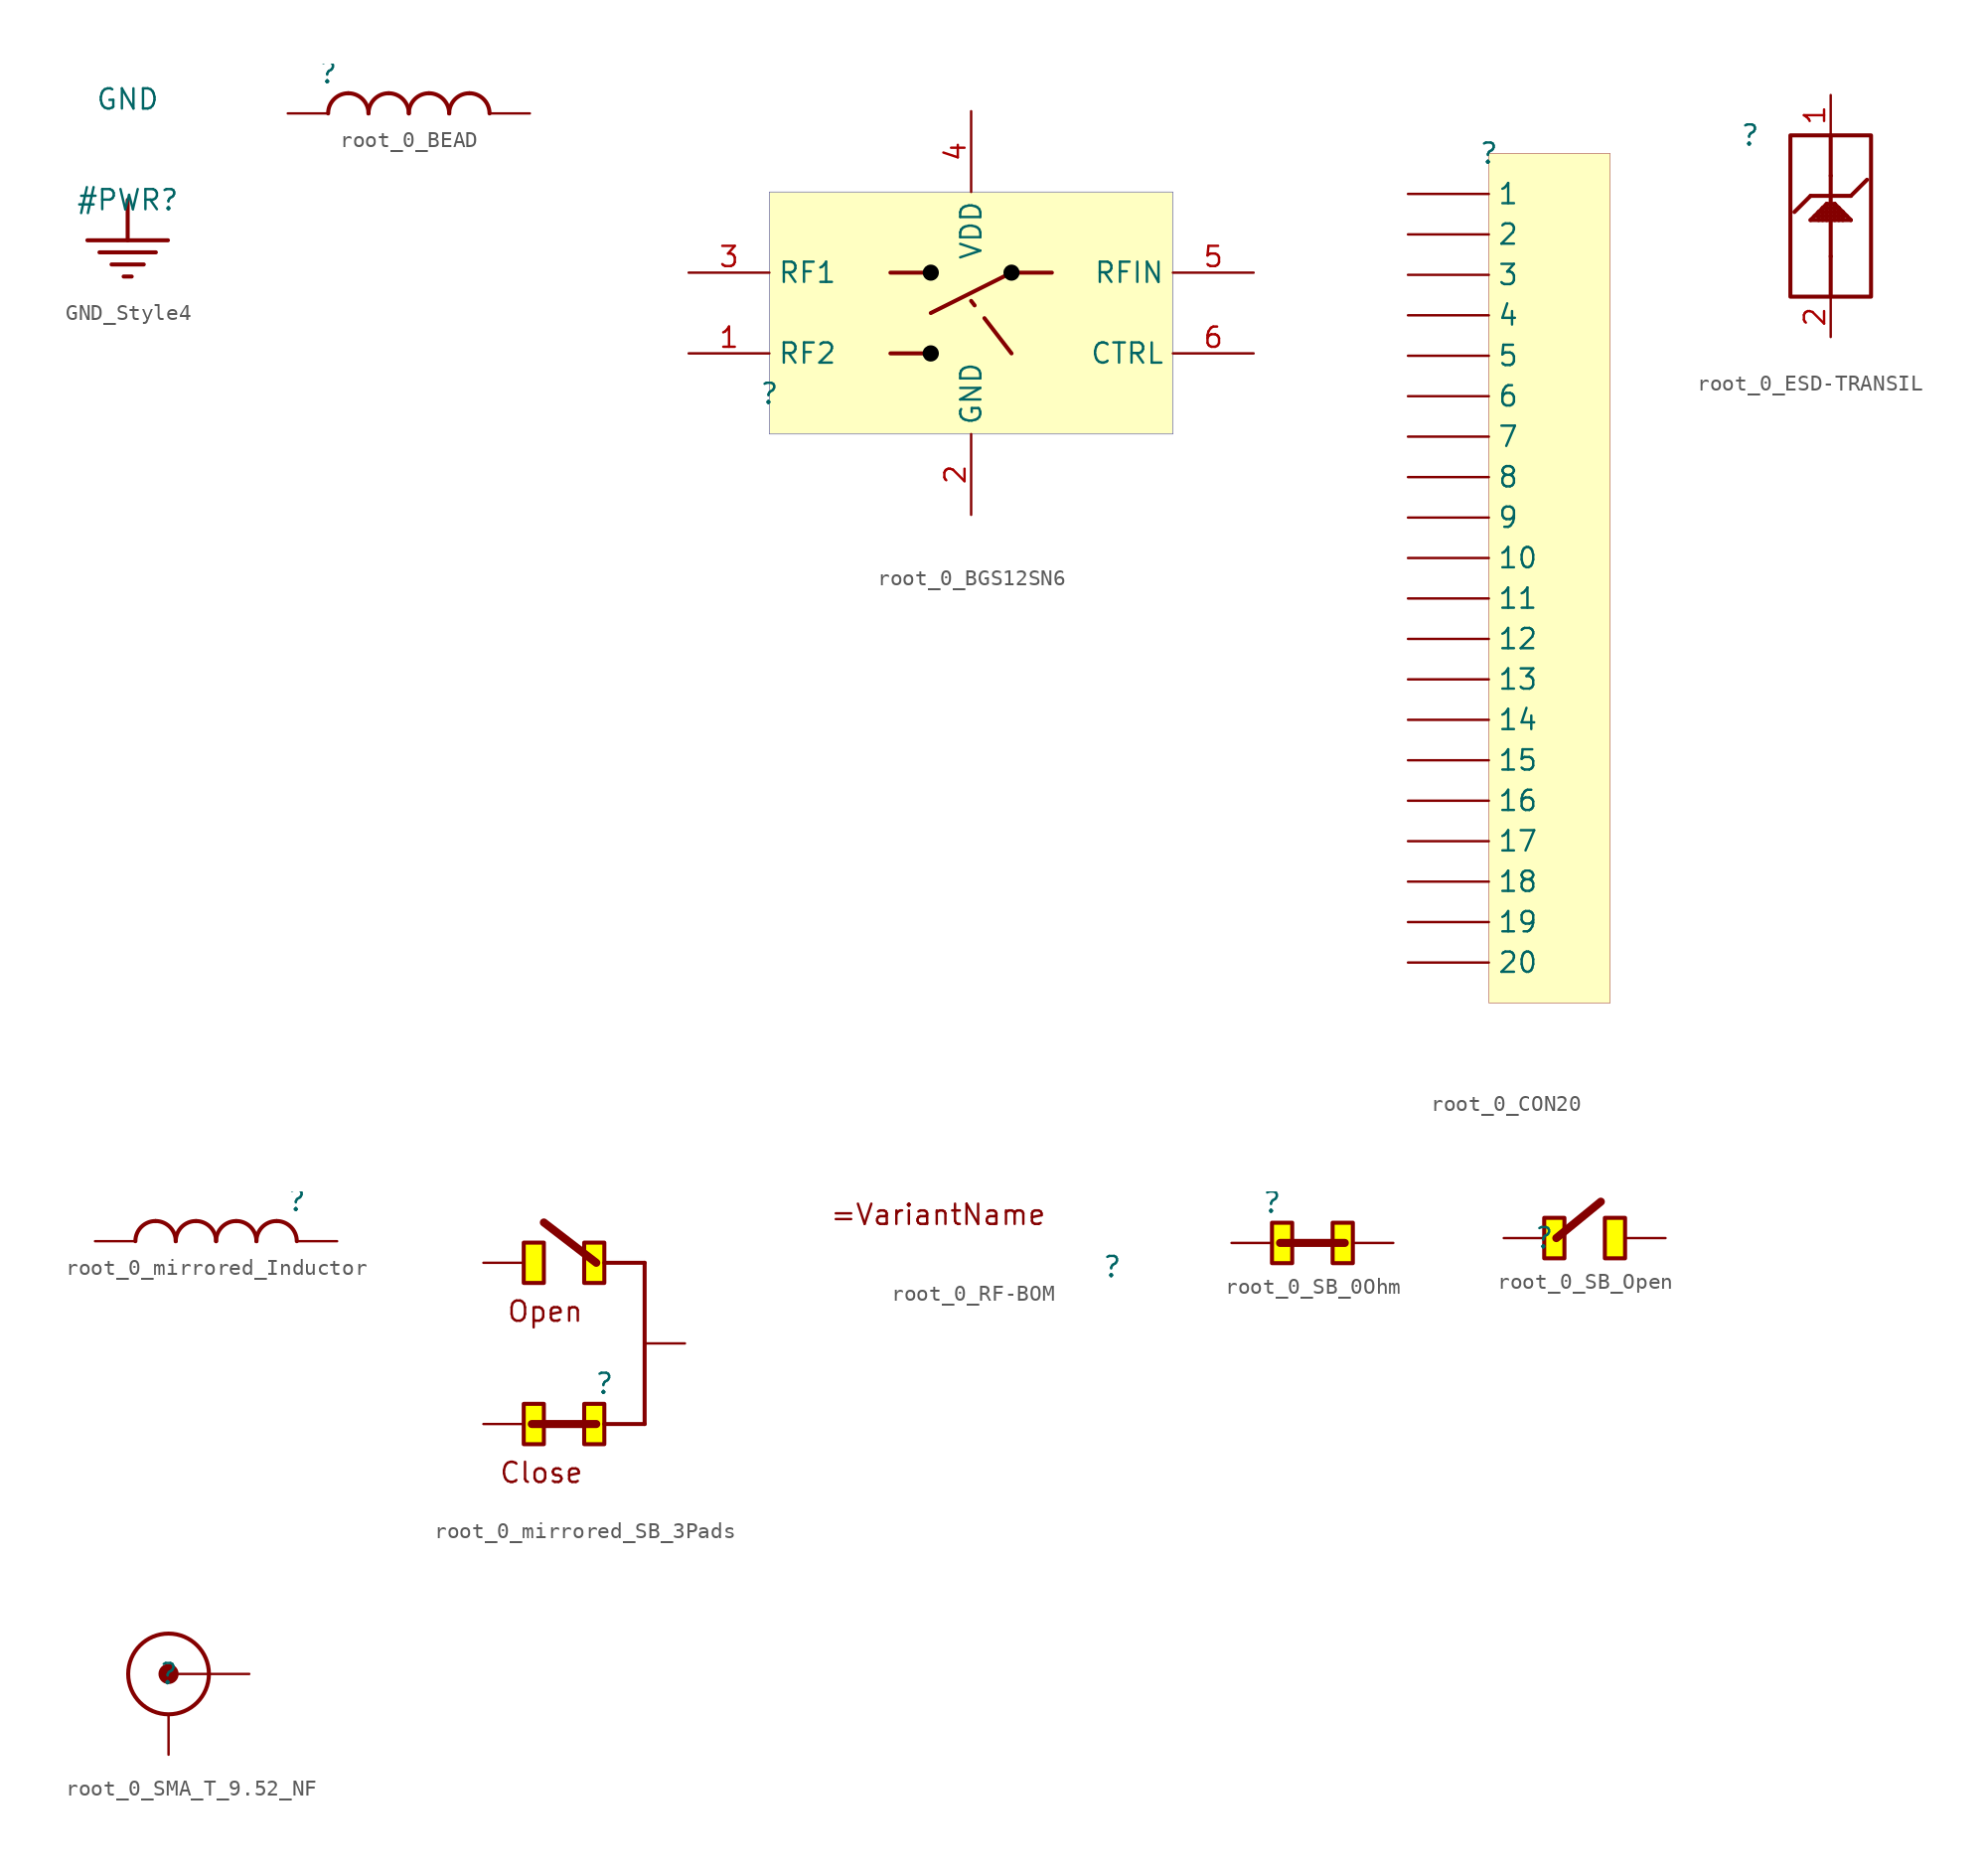
<source format=kicad_sym>
(kicad_symbol_lib
  (version 20231120)
  (generator "kicad_symbol_editor")
  (generator_version "8.0")
  (symbol "GND_Style4"
    (power)
    (property "Reference" "#PWR"
      (at 0 0 0)
      (effects (font (size 1.27 1.27))))
    (property "Value" "GND"
      (at 0 6.35 0)
      (effects (font (size 1.27 1.27))))
    (symbol "GND_Style4_0_0"
      (polyline (pts (xy -2.54 -2.54) (xy 2.54 -2.54)) (stroke (width 0.254) (type solid)) (fill (type none)))
      (polyline (pts (xy -1.778 -3.302) (xy 1.778 -3.302)) (stroke (width 0.254) (type solid)) (fill (type none)))
      (polyline (pts (xy -1.016 -4.064) (xy 1.016 -4.064)) (stroke (width 0.254) (type solid)) (fill (type none)))
      (polyline (pts (xy -0.254 -4.826) (xy 0.254 -4.826)) (stroke (width 0.254) (type solid)) (fill (type none)))
      (polyline (pts (xy 0 0) (xy 0 -2.54)) (stroke (width 0.254) (type solid)) (fill (type none)))
      (pin power_in line (at 0 0 0) (length 0) hide (name "GND" (effects (font (size 1.27 1.27)))) (number "" (effects (font (size 1.27 1.27)))))))
  (symbol "root_0_BEAD"
    (property "Reference" ""
      (at 0 0 0)
      (effects (font (size 1.27 1.27))))
    (property "Value" ""
      (at 0 0 0)
      (effects (font (size 1.27 1.27))))
    (symbol "root_0_BEAD_1_0"
      (arc (start 1.27 -1.27) (mid 0.372 -1.642) (end 0 -2.54) (stroke (width 0.254) (type solid)) (fill (type none)))
      (arc (start 2.54 -2.54) (mid 2.168 -1.642) (end 1.27 -1.27) (stroke (width 0.254) (type solid)) (fill (type none)))
      (arc (start 3.81 -1.27) (mid 2.912 -1.642) (end 2.54 -2.54) (stroke (width 0.254) (type solid)) (fill (type none)))
      (arc (start 5.08 -2.54) (mid 4.708 -1.642) (end 3.81 -1.27) (stroke (width 0.254) (type solid)) (fill (type none)))
      (arc (start 6.35 -1.27) (mid 5.452 -1.642) (end 5.08 -2.54) (stroke (width 0.254) (type solid)) (fill (type none)))
      (arc (start 7.62 -2.54) (mid 7.248 -1.642) (end 6.35 -1.27) (stroke (width 0.254) (type solid)) (fill (type none)))
      (arc (start 8.89 -1.27) (mid 7.992 -1.642) (end 7.62 -2.54) (stroke (width 0.254) (type solid)) (fill (type none)))
      (arc (start 10.16 -2.54) (mid 9.788 -1.642) (end 8.89 -1.27) (stroke (width 0.254) (type solid)) (fill (type none)))
      (pin passive line (at -2.54 -2.54 0) (length 2.54) (name "1" (effects (font (size 0 0)))) (number "1" (effects (font (size 0 0)))))
      (pin passive line (at 12.7 -2.54 180) (length 2.54) (name "2" (effects (font (size 0 0)))) (number "2" (effects (font (size 0 0)))))))
  (symbol "root_0_BGS12SN6"
    (property "Reference" ""
      (at 0 0 0)
      (effects (font (size 1.27 1.27))))
    (property "Value" ""
      (at 0 0 0)
      (effects (font (size 1.27 1.27))))
    (symbol "root_0_BGS12SN6_1_0"
      (polyline (pts (xy 7.62 2.54) (xy 10.16 2.54)) (stroke (width 0.254) (type solid)) (fill (type none)))
      (polyline (pts (xy 7.62 7.62) (xy 10.16 7.62)) (stroke (width 0.254) (type solid)) (fill (type none)))
      (polyline (pts (xy 10.16 5.08) (xy 15.24 7.62)) (stroke (width 0.254) (type solid)) (fill (type none)))
      (polyline (pts (xy 15.24 2.54) (xy 12.7 5.842)) (stroke (width 0.254) (type dash)) (fill (type none)))
      (polyline (pts (xy 15.24 7.62) (xy 17.78 7.62)) (stroke (width 0.254) (type solid)) (fill (type none)))
      (circle (center 10.16 7.62) (radius 0.254) (stroke (width 0.508) (type solid) (color 0 0 0 1)) (fill (type none)))
      (arc (start 10.414 2.54) (mid 9.906 2.545) (end 10.4138 2.5301) (stroke (width 0.508) (type solid) (color 0 0 0 1)) (fill (type none)))
      (circle (center 15.24 7.62) (radius 0.254) (stroke (width 0.508) (type solid) (color 0 0 0 1)) (fill (type none)))
      (rectangle (start 25.4 12.7) (end 0 -2.54) (stroke (width 0.025) (type solid) (color 0 0 128 1)) (fill (type background)))
      (pin passive line (at -5.08 2.54 0) (length 5.08) (name "RF2" (effects (font (size 1.27 1.27)))) (number "1" (effects (font (size 1.27 1.27)))))
      (pin passive line (at 12.7 -7.62 90) (length 5.08) (name "GND" (effects (font (size 1.27 1.27)))) (number "2" (effects (font (size 1.27 1.27)))))
      (pin passive line (at -5.08 7.62 0) (length 5.08) (name "RF1" (effects (font (size 1.27 1.27)))) (number "3" (effects (font (size 1.27 1.27)))))
      (pin passive line (at 12.7 17.78 270) (length 5.08) (name "VDD" (effects (font (size 1.27 1.27)))) (number "4" (effects (font (size 1.27 1.27)))))
      (pin passive line (at 30.48 7.62 180) (length 5.08) (name "RFIN" (effects (font (size 1.27 1.27)))) (number "5" (effects (font (size 1.27 1.27)))))
      (pin passive line (at 30.48 2.54 180) (length 5.08) (name "CTRL" (effects (font (size 1.27 1.27)))) (number "6" (effects (font (size 1.27 1.27)))))))
  (symbol "root_0_CON20"
    (property "Reference" ""
      (at 0 0 0)
      (effects (font (size 1.27 1.27))))
    (property "Value" ""
      (at 0 0 0)
      (effects (font (size 1.27 1.27))))
    (symbol "root_0_CON20_1_0"
      (rectangle (start 7.62 0) (end 0 -53.34) (stroke (width 0.025) (type solid) (color 128 0 0 1)) (fill (type background)))
      (pin passive line (at -5.08 -2.54 0) (length 5.08) (name "1" (effects (font (size 1.27 1.27)))) (number "1" (effects (font (size 0 0)))))
      (pin passive line (at -5.08 -25.4 0) (length 5.08) (name "10" (effects (font (size 1.27 1.27)))) (number "10" (effects (font (size 0 0)))))
      (pin passive line (at -5.08 -27.94 0) (length 5.08) (name "11" (effects (font (size 1.27 1.27)))) (number "11" (effects (font (size 0 0)))))
      (pin passive line (at -5.08 -30.48 0) (length 5.08) (name "12" (effects (font (size 1.27 1.27)))) (number "12" (effects (font (size 0 0)))))
      (pin passive line (at -5.08 -33.02 0) (length 5.08) (name "13" (effects (font (size 1.27 1.27)))) (number "13" (effects (font (size 0 0)))))
      (pin passive line (at -5.08 -35.56 0) (length 5.08) (name "14" (effects (font (size 1.27 1.27)))) (number "14" (effects (font (size 0 0)))))
      (pin passive line (at -5.08 -38.1 0) (length 5.08) (name "15" (effects (font (size 1.27 1.27)))) (number "15" (effects (font (size 0 0)))))
      (pin passive line (at -5.08 -40.64 0) (length 5.08) (name "16" (effects (font (size 1.27 1.27)))) (number "16" (effects (font (size 0 0)))))
      (pin passive line (at -5.08 -43.18 0) (length 5.08) (name "17" (effects (font (size 1.27 1.27)))) (number "17" (effects (font (size 0 0)))))
      (pin passive line (at -5.08 -45.72 0) (length 5.08) (name "18" (effects (font (size 1.27 1.27)))) (number "18" (effects (font (size 0 0)))))
      (pin passive line (at -5.08 -48.26 0) (length 5.08) (name "19" (effects (font (size 1.27 1.27)))) (number "19" (effects (font (size 0 0)))))
      (pin passive line (at -5.08 -5.08 0) (length 5.08) (name "2" (effects (font (size 1.27 1.27)))) (number "2" (effects (font (size 0 0)))))
      (pin passive line (at -5.08 -50.8 0) (length 5.08) (name "20" (effects (font (size 1.27 1.27)))) (number "20" (effects (font (size 0 0)))))
      (pin passive line (at -5.08 -7.62 0) (length 5.08) (name "3" (effects (font (size 1.27 1.27)))) (number "3" (effects (font (size 0 0)))))
      (pin passive line (at -5.08 -10.16 0) (length 5.08) (name "4" (effects (font (size 1.27 1.27)))) (number "4" (effects (font (size 0 0)))))
      (pin passive line (at -5.08 -12.7 0) (length 5.08) (name "5" (effects (font (size 1.27 1.27)))) (number "5" (effects (font (size 0 0)))))
      (pin passive line (at -5.08 -15.24 0) (length 5.08) (name "6" (effects (font (size 1.27 1.27)))) (number "6" (effects (font (size 0 0)))))
      (pin passive line (at -5.08 -17.78 0) (length 5.08) (name "7" (effects (font (size 1.27 1.27)))) (number "7" (effects (font (size 0 0)))))
      (pin passive line (at -5.08 -20.32 0) (length 5.08) (name "8" (effects (font (size 1.27 1.27)))) (number "8" (effects (font (size 0 0)))))
      (pin passive line (at -5.08 -22.86 0) (length 5.08) (name "9" (effects (font (size 1.27 1.27)))) (number "9" (effects (font (size 0 0)))))))
  (symbol "root_0_ESD-TRANSIL"
    (property "Reference" ""
      (at 0 0 0)
      (effects (font (size 1.27 1.27))))
    (property "Value" ""
      (at 0 0 0)
      (effects (font (size 1.27 1.27))))
    (symbol "root_0_ESD-TRANSIL_1_0"
      (polyline (pts (xy 3.81 -5.334) (xy 4.826 -4.318)) (stroke (width 0.254) (type solid)) (fill (type none)))
      (polyline (pts (xy 3.81 -5.334) (xy 6.35 -5.334)) (stroke (width 0.254) (type solid)) (fill (type none)))
      (polyline (pts (xy 3.81 -3.81) (xy 2.794 -4.826)) (stroke (width 0.254) (type solid)) (fill (type none)))
      (polyline (pts (xy 3.81 -3.81) (xy 6.35 -3.81)) (stroke (width 0.254) (type solid)) (fill (type none)))
      (polyline (pts (xy 4.064 -5.08) (xy 6.096 -5.08)) (stroke (width 0.254) (type solid)) (fill (type none)))
      (polyline (pts (xy 4.318 -5.334) (xy 4.318 -4.826)) (stroke (width 0.254) (type solid)) (fill (type none)))
      (polyline (pts (xy 4.318 -4.826) (xy 5.842 -4.826)) (stroke (width 0.254) (type solid)) (fill (type none)))
      (polyline (pts (xy 4.572 -5.334) (xy 4.572 -4.572)) (stroke (width 0.254) (type solid)) (fill (type none)))
      (polyline (pts (xy 4.572 -4.572) (xy 5.588 -4.572)) (stroke (width 0.254) (type solid)) (fill (type none)))
      (polyline (pts (xy 4.826 -5.334) (xy 4.826 -4.318)) (stroke (width 0.254) (type solid)) (fill (type none)))
      (polyline (pts (xy 4.826 -4.318) (xy 5.334 -4.318)) (stroke (width 0.254) (type solid)) (fill (type none)))
      (polyline (pts (xy 5.08 -10.16) (xy 5.08 -7.62)) (stroke (width 0.254) (type solid)) (fill (type none)))
      (polyline (pts (xy 5.08 -7.62) (xy 5.08 -2.54)) (stroke (width 0.254) (type solid)) (fill (type none)))
      (polyline (pts (xy 5.08 -2.54) (xy 5.08 0)) (stroke (width 0.254) (type solid)) (fill (type none)))
      (polyline (pts (xy 5.334 -5.334) (xy 5.334 -4.318)) (stroke (width 0.254) (type solid)) (fill (type none)))
      (polyline (pts (xy 5.334 -4.318) (xy 6.35 -5.334)) (stroke (width 0.254) (type solid)) (fill (type none)))
      (polyline (pts (xy 5.588 -5.334) (xy 5.588 -4.572)) (stroke (width 0.254) (type solid)) (fill (type none)))
      (polyline (pts (xy 5.842 -5.334) (xy 5.842 -4.826)) (stroke (width 0.254) (type solid)) (fill (type none)))
      (polyline (pts (xy 6.35 -3.81) (xy 7.366 -2.794)) (stroke (width 0.254) (type solid)) (fill (type none)))
      (rectangle (start 7.62 0) (end 2.54 -10.16) (stroke (width 0.254) (type solid) (color 128 0 0 1)) (fill (type none)))
      (pin passive line (at 5.08 2.54 270) (length 2.54) (name "IO1" (effects (font (size 0 0)))) (number "1" (effects (font (size 1.27 1.27)))))
      (pin passive line (at 5.08 -12.7 90) (length 2.54) (name "GND" (effects (font (size 0 0)))) (number "2" (effects (font (size 1.27 1.27)))))))
  (symbol "root_0_mirrored_Inductor"
    (property "Reference" ""
      (at 0 0 0)
      (effects (font (size 1.27 1.27))))
    (property "Value" ""
      (at 0 0 0)
      (effects (font (size 1.27 1.27))))
    (symbol "root_0_mirrored_Inductor_1_0"
      (arc (start -8.89 -1.27) (mid -9.788 -1.642) (end -10.16 -2.54) (stroke (width 0.254) (type solid)) (fill (type none)))
      (arc (start -7.62 -2.54) (mid -7.992 -1.642) (end -8.89 -1.27) (stroke (width 0.254) (type solid)) (fill (type none)))
      (arc (start -6.35 -1.27) (mid -7.248 -1.642) (end -7.62 -2.54) (stroke (width 0.254) (type solid)) (fill (type none)))
      (arc (start -5.08 -2.54) (mid -5.452 -1.642) (end -6.35 -1.27) (stroke (width 0.254) (type solid)) (fill (type none)))
      (arc (start -3.81 -1.27) (mid -4.708 -1.642) (end -5.08 -2.54) (stroke (width 0.254) (type solid)) (fill (type none)))
      (arc (start -2.54 -2.54) (mid -2.912 -1.642) (end -3.81 -1.27) (stroke (width 0.254) (type solid)) (fill (type none)))
      (arc (start -1.27 -1.27) (mid -2.168 -1.642) (end -2.54 -2.54) (stroke (width 0.254) (type solid)) (fill (type none)))
      (arc (start 0 -2.54) (mid -0.372 -1.642) (end -1.27 -1.27) (stroke (width 0.254) (type solid)) (fill (type none)))
      (pin passive line (at 2.54 -2.54 180) (length 2.54) (name "1" (effects (font (size 0 0)))) (number "1" (effects (font (size 0 0)))))
      (pin passive line (at -12.7 -2.54 0) (length 2.54) (name "2" (effects (font (size 0 0)))) (number "2" (effects (font (size 0 0)))))))
  (symbol "root_0_mirrored_SB_3Pads"
    (property "Reference" ""
      (at 0 0 0)
      (effects (font (size 1.27 1.27))))
    (property "Value" ""
      (at 0 0 0)
      (effects (font (size 1.27 1.27))))
    (symbol "root_0_mirrored_SB_3Pads_1_0"
      (polyline (pts (xy 2.54 -2.54) (xy 0 -2.54)) (stroke (width 0.254) (type solid)) (fill (type none)))
      (polyline (pts (xy 2.54 7.62) (xy 0 7.62)) (stroke (width 0.254) (type solid)) (fill (type none)))
      (polyline (pts (xy 2.54 7.62) (xy 2.54 -2.54)) (stroke (width 0.254) (type solid)) (fill (type none)))
      (polyline (pts (xy -0.508 -2.54) (xy -4.572 -2.54) (xy -0.508 -2.54)) (stroke (width 0.508) (type solid)) (fill (type none)))
      (polyline (pts (xy -0.508 7.62) (xy -3.81 10.16) (xy -0.508 7.62)) (stroke (width 0.508) (type solid)) (fill (type none)))
      (polyline (pts (xy -3.81 -1.27) (xy -3.81 -3.81) (xy -5.08 -3.81) (xy -5.08 -2.54) (xy -5.08 -1.27) (xy -3.81 -1.27)) (stroke (width 0.254) (type solid)) (fill (type color) (color 255 255 0 1)))
      (polyline (pts (xy -3.81 8.89) (xy -3.81 6.35) (xy -5.08 6.35) (xy -5.08 7.62) (xy -5.08 8.89) (xy -3.81 8.89)) (stroke (width 0.254) (type solid)) (fill (type color) (color 255 255 0 1)))
      (polyline (pts (xy 0 -1.27) (xy 0 -3.81) (xy -1.27 -3.81) (xy -1.27 -2.54) (xy -1.27 -1.27) (xy 0 -1.27)) (stroke (width 0.254) (type solid)) (fill (type color) (color 255 255 0 1)))
      (polyline (pts (xy 0 8.89) (xy 0 6.35) (xy -1.27 6.35) (xy -1.27 7.62) (xy -1.27 8.89) (xy 0 8.89)) (stroke (width 0.254) (type solid)) (fill (type color) (color 255 255 0 1)))
      (text "Close" (at -1.27 -6.35 0) (effects (font (size 1.27 1.27)) (justify right bottom)))
      (text "Open" (at -1.27 3.81 0) (effects (font (size 1.27 1.27)) (justify right bottom)))
      (pin passive line (at -7.62 7.62 0) (length 2.54) (name "1" (effects (font (size 0 0)))) (number "1" (effects (font (size 0 0)))))
      (pin passive line (at 5.08 2.54 180) (length 2.54) (name "2" (effects (font (size 0 0)))) (number "2" (effects (font (size 0 0)))))
      (pin passive line (at -7.62 -2.54 0) (length 2.54) (name "3" (effects (font (size 0 0)))) (number "3" (effects (font (size 0 0)))))))
  (symbol "root_0_RF-BOM"
    (property "Reference" ""
      (at 0 0 0)
      (effects (font (size 1.27 1.27))))
    (property "Value" ""
      (at 0 0 0)
      (effects (font (size 1.27 1.27))))
    (symbol "root_0_RF-BOM_1_0"
      (text "=VariantName" (at -17.78 2.54 0) (effects (font (size 1.27 1.27)) (justify left bottom)))))
  (symbol "root_0_SB_0Ohm"
    (property "Reference" ""
      (at 0 0 0)
      (effects (font (size 1.27 1.27))))
    (property "Value" ""
      (at 0 0 0)
      (effects (font (size 1.27 1.27))))
    (symbol "root_0_SB_0Ohm_1_0"
      (polyline (pts (xy 0.508 -2.54) (xy 4.572 -2.54) (xy 0.508 -2.54)) (stroke (width 0.508) (type solid)) (fill (type none)))
      (polyline (pts (xy 0 -1.27) (xy 0 -3.81) (xy 1.27 -3.81) (xy 1.27 -2.54) (xy 1.27 -1.27) (xy 0 -1.27)) (stroke (width 0.254) (type solid)) (fill (type color) (color 255 255 0 1)))
      (polyline (pts (xy 3.81 -1.27) (xy 3.81 -3.81) (xy 5.08 -3.81) (xy 5.08 -2.54) (xy 5.08 -1.27) (xy 3.81 -1.27)) (stroke (width 0.254) (type solid)) (fill (type color) (color 255 255 0 1)))
      (pin passive line (at 7.62 -2.54 180) (length 2.54) (name "1" (effects (font (size 0 0)))) (number "1" (effects (font (size 0 0)))))
      (pin passive line (at -2.54 -2.54 0) (length 2.54) (name "2" (effects (font (size 0 0)))) (number "2" (effects (font (size 0 0)))))))
  (symbol "root_0_SB_Open"
    (property "Reference" ""
      (at 0 0 0)
      (effects (font (size 1.27 1.27))))
    (property "Value" ""
      (at 0 0 0)
      (effects (font (size 1.27 1.27))))
    (symbol "root_0_SB_Open_1_0"
      (polyline (pts (xy 3.556 2.286) (xy 0.762 0) (xy 3.556 2.286)) (stroke (width 0.508) (type solid)) (fill (type none)))
      (polyline (pts (xy 0 1.27) (xy 0 -1.27) (xy 1.27 -1.27) (xy 1.27 0) (xy 1.27 1.27) (xy 0 1.27)) (stroke (width 0.254) (type solid)) (fill (type color) (color 255 255 0 1)))
      (polyline (pts (xy 3.81 1.27) (xy 3.81 -1.27) (xy 5.08 -1.27) (xy 5.08 0) (xy 5.08 1.27) (xy 3.81 1.27)) (stroke (width 0.254) (type solid)) (fill (type color) (color 255 255 0 1)))
      (pin passive line (at 7.62 0 180) (length 2.54) (name "1" (effects (font (size 0 0)))) (number "1" (effects (font (size 0 0)))))
      (pin passive line (at -2.54 0 0) (length 2.54) (name "2" (effects (font (size 0 0)))) (number "2" (effects (font (size 0 0)))))))
  (symbol "root_0_SMA_T_9.52_NF"
    (property "Reference" ""
      (at 0 0 0)
      (effects (font (size 1.27 1.27))))
    (property "Value" ""
      (at 0 0 0)
      (effects (font (size 1.27 1.27))))
    (symbol "root_0_SMA_T_9.52_NF_1_0"
      (circle (center 0 0) (radius 0.508) (stroke (width 0.254) (type solid)) (fill (type outline)))
      (circle (center 0 0) (radius 2.54) (stroke (width 0.254) (type solid)) (fill (type none)))
      (pin passive line (at 5.08 0 180) (length 5.08) (name "X" (effects (font (size 0 0)))) (number "1" (effects (font (size 0 0)))))
      (pin passive line (at 0 -5.08 90) (length 2.54) (name "Y" (effects (font (size 0 0)))) (number "2" (effects (font (size 0 0))))))))
</source>
